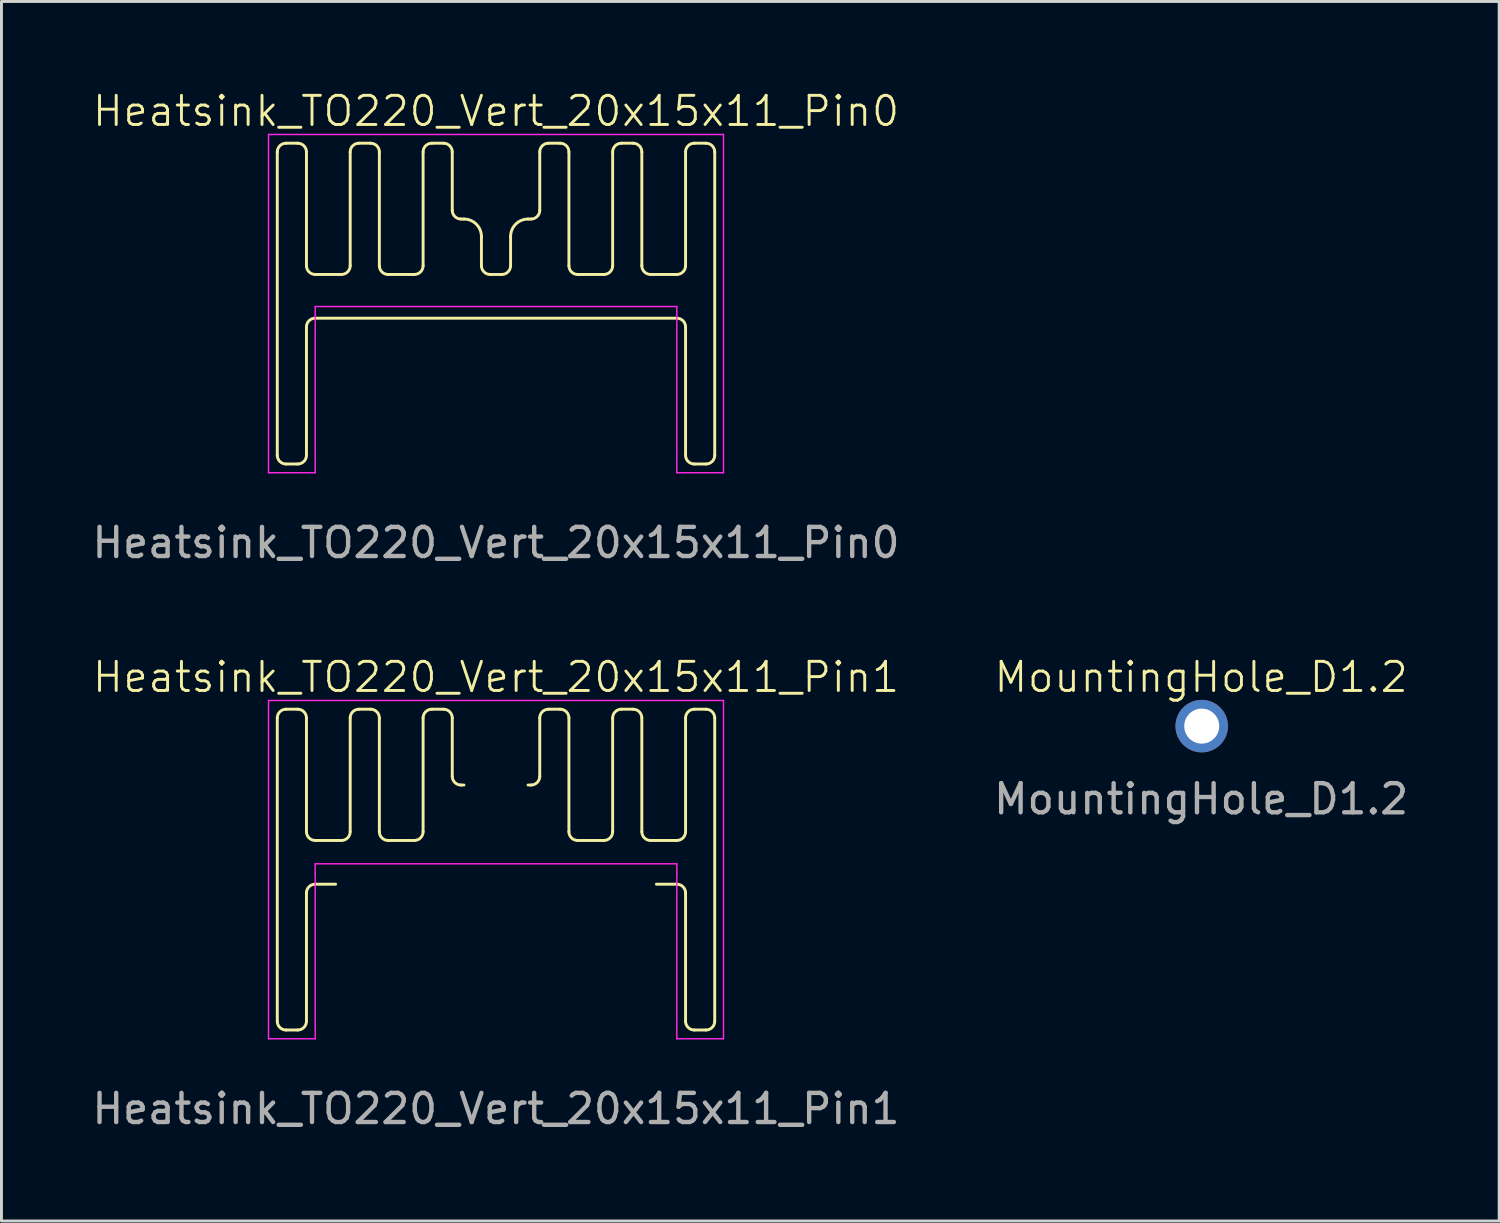
<source format=kicad_pcb>
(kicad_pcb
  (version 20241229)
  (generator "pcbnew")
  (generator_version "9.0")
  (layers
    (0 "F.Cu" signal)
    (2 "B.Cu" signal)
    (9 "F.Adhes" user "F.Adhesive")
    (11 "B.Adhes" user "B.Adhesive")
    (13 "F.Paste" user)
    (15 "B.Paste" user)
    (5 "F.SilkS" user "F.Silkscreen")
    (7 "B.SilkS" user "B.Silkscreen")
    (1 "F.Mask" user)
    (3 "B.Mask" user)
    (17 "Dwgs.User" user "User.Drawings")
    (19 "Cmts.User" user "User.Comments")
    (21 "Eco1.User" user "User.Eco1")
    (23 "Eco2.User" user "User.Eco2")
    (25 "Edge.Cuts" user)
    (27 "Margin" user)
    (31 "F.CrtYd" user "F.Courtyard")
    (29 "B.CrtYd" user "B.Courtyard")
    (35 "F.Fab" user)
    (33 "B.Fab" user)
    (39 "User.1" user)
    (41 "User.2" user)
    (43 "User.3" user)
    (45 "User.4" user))
  (footprint "Heatsink_TO220_Vert_20x15x11_Pin1"
    (layer "F.Cu")
    (at 13.958 26.769)
    (property "Reference" "Heatsink_TO220_Vert_20x15x11_Pin1" (at 0 -6.6 0) (unlocked yes) (layer "F.SilkS") (effects (font (size 1 1) (thickness 0.1))))
    (attr through_hole)
    (fp_line (start -7.5 5.2) (end -7.5 -5.2) (stroke (width 0.1) (type default)) (layer "F.SilkS"))
    (fp_line (start -7.2 -5.5) (end -6.8 -5.5) (stroke (width 0.1) (type default)) (layer "F.SilkS"))
    (fp_line (start -6.8 5.5) (end -7.2 5.5) (stroke (width 0.1) (type default)) (layer "F.SilkS"))
    (fp_line (start -6.5 -5.2) (end -6.5 -1.3) (stroke (width 0.1) (type default)) (layer "F.SilkS"))
    (fp_line (start -6.5 0.8) (end -6.5 5.2) (stroke (width 0.1) (type default)) (layer "F.SilkS"))
    (fp_line (start -6.2 -1) (end -5.3 -1) (stroke (width 0.1) (type default)) (layer "F.SilkS"))
    (fp_line (start -6.2 0.5) (end -5.5 0.5) (stroke (width 0.1) (type default)) (layer "F.SilkS"))
    (fp_line (start -5 -1.3) (end -5 -5.2) (stroke (width 0.1) (type default)) (layer "F.SilkS"))
    (fp_line (start -4.7 -5.5) (end -4.3 -5.5) (stroke (width 0.1) (type default)) (layer "F.SilkS"))
    (fp_line (start -4 -5.2) (end -4 -1.3) (stroke (width 0.1) (type default)) (layer "F.SilkS"))
    (fp_line (start -3.7 -1) (end -2.8 -1) (stroke (width 0.1) (type default)) (layer "F.SilkS"))
    (fp_line (start -2.5 -1.3) (end -2.5 -5.2) (stroke (width 0.1) (type default)) (layer "F.SilkS"))
    (fp_line (start -2.2 -5.5) (end -1.8 -5.5) (stroke (width 0.1) (type default)) (layer "F.SilkS"))
    (fp_line (start -1.5 -5.2) (end -1.5 -3.2) (stroke (width 0.1) (type default)) (layer "F.SilkS"))
    (fp_line (start -1.2 -2.9) (end -1.1 -2.9) (stroke (width 0.1) (type default)) (layer "F.SilkS"))
    (fp_line (start 1.2 -2.9) (end 1.1 -2.9) (stroke (width 0.1) (type default)) (layer "F.SilkS"))
    (fp_line (start 1.5 -3.2) (end 1.5 -5.2) (stroke (width 0.1) (type default)) (layer "F.SilkS"))
    (fp_line (start 1.8 -5.5) (end 2.2 -5.5) (stroke (width 0.1) (type default)) (layer "F.SilkS"))
    (fp_line (start 2.5 -5.2) (end 2.5 -1.3) (stroke (width 0.1) (type default)) (layer "F.SilkS"))
    (fp_line (start 2.8 -1) (end 3.7 -1) (stroke (width 0.1) (type default)) (layer "F.SilkS"))
    (fp_line (start 4 -1.3) (end 4 -5.2) (stroke (width 0.1) (type default)) (layer "F.SilkS"))
    (fp_line (start 4.3 -5.5) (end 4.7 -5.5) (stroke (width 0.1) (type default)) (layer "F.SilkS"))
    (fp_line (start 5 -5.2) (end 5 -1.3) (stroke (width 0.1) (type default)) (layer "F.SilkS"))
    (fp_line (start 5.3 -1) (end 6.2 -1) (stroke (width 0.1) (type default)) (layer "F.SilkS"))
    (fp_line (start 6.2 0.5) (end 5.5 0.5) (stroke (width 0.1) (type default)) (layer "F.SilkS"))
    (fp_line (start 6.5 -1.3) (end 6.5 -5.2) (stroke (width 0.1) (type default)) (layer "F.SilkS"))
    (fp_line (start 6.5 5.2) (end 6.5 0.8) (stroke (width 0.1) (type default)) (layer "F.SilkS"))
    (fp_line (start 6.8 -5.5) (end 7.2 -5.5) (stroke (width 0.1) (type default)) (layer "F.SilkS"))
    (fp_line (start 7.2 5.5) (end 6.8 5.5) (stroke (width 0.1) (type default)) (layer "F.SilkS"))
    (fp_line (start 7.5 -5.2) (end 7.5 5.2) (stroke (width 0.1) (type default)) (layer "F.SilkS"))
    (fp_arc (start -7.5 -5.2) (mid -7.412132 -5.412132) (end -7.2 -5.5) (stroke (width 0.1) (type default)) (layer "F.SilkS"))
    (fp_arc (start -7.2 5.5) (mid -7.412132 5.412132) (end -7.5 5.2) (stroke (width 0.1) (type default)) (layer "F.SilkS"))
    (fp_arc (start -6.8 -5.5) (mid -6.587868 -5.412132) (end -6.5 -5.2) (stroke (width 0.1) (type default)) (layer "F.SilkS"))
    (fp_arc (start -6.5 0.8) (mid -6.412132 0.587868) (end -6.2 0.5) (stroke (width 0.1) (type default)) (layer "F.SilkS"))
    (fp_arc (start -6.5 5.2) (mid -6.587868 5.412132) (end -6.8 5.5) (stroke (width 0.1) (type default)) (layer "F.SilkS"))
    (fp_arc (start -6.2 -1) (mid -6.412132 -1.087868) (end -6.5 -1.3) (stroke (width 0.1) (type default)) (layer "F.SilkS"))
    (fp_arc (start -5 -5.2) (mid -4.912132 -5.412132) (end -4.7 -5.5) (stroke (width 0.1) (type default)) (layer "F.SilkS"))
    (fp_arc (start -5 -1.3) (mid -5.087868 -1.087868) (end -5.3 -1) (stroke (width 0.1) (type default)) (layer "F.SilkS"))
    (fp_arc (start -4.3 -5.5) (mid -4.087868 -5.412132) (end -4 -5.2) (stroke (width 0.1) (type default)) (layer "F.SilkS"))
    (fp_arc (start -3.7 -1) (mid -3.912132 -1.087868) (end -4 -1.3) (stroke (width 0.1) (type default)) (layer "F.SilkS"))
    (fp_arc (start -2.5 -5.2) (mid -2.412132 -5.412132) (end -2.2 -5.5) (stroke (width 0.1) (type default)) (layer "F.SilkS"))
    (fp_arc (start -2.5 -1.3) (mid -2.587868 -1.087868) (end -2.8 -1) (stroke (width 0.1) (type default)) (layer "F.SilkS"))
    (fp_arc (start -1.8 -5.5) (mid -1.587868 -5.412132) (end -1.5 -5.2) (stroke (width 0.1) (type default)) (layer "F.SilkS"))
    (fp_arc (start -1.2 -2.9) (mid -1.412132 -2.987868) (end -1.5 -3.2) (stroke (width 0.1) (type default)) (layer "F.SilkS"))
    (fp_arc (start 1.5 -5.2) (mid 1.587868 -5.412132) (end 1.8 -5.5) (stroke (width 0.1) (type default)) (layer "F.SilkS"))
    (fp_arc (start 1.5 -3.2) (mid 1.412132 -2.987868) (end 1.2 -2.9) (stroke (width 0.1) (type default)) (layer "F.SilkS"))
    (fp_arc (start 2.2 -5.5) (mid 2.412132 -5.412132) (end 2.5 -5.2) (stroke (width 0.1) (type default)) (layer "F.SilkS"))
    (fp_arc (start 2.8 -1) (mid 2.587868 -1.087868) (end 2.5 -1.3) (stroke (width 0.1) (type default)) (layer "F.SilkS"))
    (fp_arc (start 4 -5.2) (mid 4.087868 -5.412132) (end 4.3 -5.5) (stroke (width 0.1) (type default)) (layer "F.SilkS"))
    (fp_arc (start 4 -1.3) (mid 3.912132 -1.087868) (end 3.7 -1) (stroke (width 0.1) (type default)) (layer "F.SilkS"))
    (fp_arc (start 4.7 -5.5) (mid 4.912132 -5.412132) (end 5 -5.2) (stroke (width 0.1) (type default)) (layer "F.SilkS"))
    (fp_arc (start 5.3 -1) (mid 5.087868 -1.087868) (end 5 -1.3) (stroke (width 0.1) (type default)) (layer "F.SilkS"))
    (fp_arc (start 6.2 0.5) (mid 6.412132 0.587868) (end 6.5 0.8) (stroke (width 0.1) (type default)) (layer "F.SilkS"))
    (fp_arc (start 6.5 -5.2) (mid 6.587868 -5.412132) (end 6.8 -5.5) (stroke (width 0.1) (type default)) (layer "F.SilkS"))
    (fp_arc (start 6.5 -1.3) (mid 6.412132 -1.087868) (end 6.2 -1) (stroke (width 0.1) (type default)) (layer "F.SilkS"))
    (fp_arc (start 6.8 5.5) (mid 6.587868 5.412132) (end 6.5 5.2) (stroke (width 0.1) (type default)) (layer "F.SilkS"))
    (fp_arc (start 7.2 -5.5) (mid 7.412132 -5.412132) (end 7.5 -5.2) (stroke (width 0.1) (type default)) (layer "F.SilkS"))
    (fp_arc (start 7.5 5.2) (mid 7.412132 5.412132) (end 7.2 5.5) (stroke (width 0.1) (type default)) (layer "F.SilkS"))
    (fp_line (start -7.8 -5.8) (end 7.8 -5.8) (stroke (width 0.05) (type default)) (layer "F.CrtYd"))
    (fp_line (start -7.8 5.8) (end -7.8 -5.8) (stroke (width 0.05) (type default)) (layer "F.CrtYd"))
    (fp_line (start -6.2 0.1) (end -6.2 -0.2) (stroke (width 0.05) (type default)) (layer "F.CrtYd"))
    (fp_line (start -6.2 5.8) (end -7.8 5.8) (stroke (width 0.05) (type default)) (layer "F.CrtYd"))
    (fp_line (start -6.2 5.8) (end -6.2 0.1) (stroke (width 0.05) (type default)) (layer "F.CrtYd"))
    (fp_line (start 6.2 -0.2) (end -6.2 -0.2) (stroke (width 0.05) (type default)) (layer "F.CrtYd"))
    (fp_line (start 6.2 0.1) (end 6.2 -0.2) (stroke (width 0.05) (type default)) (layer "F.CrtYd"))
    (fp_line (start 6.2 5.8) (end 6.2 0.1) (stroke (width 0.05) (type default)) (layer "F.CrtYd"))
    (fp_line (start 7.8 -5.8) (end 7.8 5.8) (stroke (width 0.05) (type default)) (layer "F.CrtYd"))
    (fp_line (start 7.8 5.8) (end 6.2 5.8) (stroke (width 0.05) (type default)) (layer "F.CrtYd"))
    (fp_text user "${REFERENCE}" (at 0 8.2 0) (unlocked yes) (layer "F.Fab") (effects (font (size 1 1) (thickness 0.15)))))
  (footprint "Heatsink_TO220_Vert_20x15x11_Pin0"
    (layer "F.Cu")
    (at 13.958 7.361)
    (property "Reference" "Heatsink_TO220_Vert_20x15x11_Pin0" (at 0 -6.6 0) (unlocked yes) (layer "F.SilkS") (effects (font (size 1 1) (thickness 0.1))))
    (attr through_hole)
    (fp_line (start -7.5 5.2) (end -7.5 -5.2) (stroke (width 0.1) (type default)) (layer "F.SilkS"))
    (fp_line (start -7.2 -5.5) (end -6.8 -5.5) (stroke (width 0.1) (type default)) (layer "F.SilkS"))
    (fp_line (start -6.8 5.5) (end -7.2 5.5) (stroke (width 0.1) (type default)) (layer "F.SilkS"))
    (fp_line (start -6.5 -5.2) (end -6.5 -1.3) (stroke (width 0.1) (type default)) (layer "F.SilkS"))
    (fp_line (start -6.5 0.8) (end -6.5 5.2) (stroke (width 0.1) (type default)) (layer "F.SilkS"))
    (fp_line (start -6.2 -1) (end -5.3 -1) (stroke (width 0.1) (type default)) (layer "F.SilkS"))
    (fp_line (start -5 -1.3) (end -5 -5.2) (stroke (width 0.1) (type default)) (layer "F.SilkS"))
    (fp_line (start -4.7 -5.5) (end -4.3 -5.5) (stroke (width 0.1) (type default)) (layer "F.SilkS"))
    (fp_line (start -4 -5.2) (end -4 -1.3) (stroke (width 0.1) (type default)) (layer "F.SilkS"))
    (fp_line (start -3.7 -1) (end -2.8 -1) (stroke (width 0.1) (type default)) (layer "F.SilkS"))
    (fp_line (start -2.5 -1.3) (end -2.5 -5.2) (stroke (width 0.1) (type default)) (layer "F.SilkS"))
    (fp_line (start -2.2 -5.5) (end -1.8 -5.5) (stroke (width 0.1) (type default)) (layer "F.SilkS"))
    (fp_line (start -1.5 -5.2) (end -1.5 -3.2) (stroke (width 0.1) (type default)) (layer "F.SilkS"))
    (fp_line (start -1.2 -2.9) (end -1.1 -2.9) (stroke (width 0.1) (type default)) (layer "F.SilkS"))
    (fp_line (start -0.5 -2.3) (end -0.5 -1.3) (stroke (width 0.1) (type default)) (layer "F.SilkS"))
    (fp_line (start -0.2 -1) (end 0.2 -1) (stroke (width 0.1) (type default)) (layer "F.SilkS"))
    (fp_line (start 0.5 -1.3) (end 0.5 -2.3) (stroke (width 0.1) (type default)) (layer "F.SilkS"))
    (fp_line (start 1.2 -2.9) (end 1.1 -2.9) (stroke (width 0.1) (type default)) (layer "F.SilkS"))
    (fp_line (start 1.5 -3.2) (end 1.5 -5.2) (stroke (width 0.1) (type default)) (layer "F.SilkS"))
    (fp_line (start 1.8 -5.5) (end 2.2 -5.5) (stroke (width 0.1) (type default)) (layer "F.SilkS"))
    (fp_line (start 2.5 -5.2) (end 2.5 -1.3) (stroke (width 0.1) (type default)) (layer "F.SilkS"))
    (fp_line (start 2.8 -1) (end 3.7 -1) (stroke (width 0.1) (type default)) (layer "F.SilkS"))
    (fp_line (start 4 -1.3) (end 4 -5.2) (stroke (width 0.1) (type default)) (layer "F.SilkS"))
    (fp_line (start 4.3 -5.5) (end 4.7 -5.5) (stroke (width 0.1) (type default)) (layer "F.SilkS"))
    (fp_line (start 5 -5.2) (end 5 -1.3) (stroke (width 0.1) (type default)) (layer "F.SilkS"))
    (fp_line (start 5.3 -1) (end 6.2 -1) (stroke (width 0.1) (type default)) (layer "F.SilkS"))
    (fp_line (start 6.2 0.5) (end -6.2 0.5) (stroke (width 0.1) (type default)) (layer "F.SilkS"))
    (fp_line (start 6.5 -1.3) (end 6.5 -5.2) (stroke (width 0.1) (type default)) (layer "F.SilkS"))
    (fp_line (start 6.5 5.2) (end 6.5 0.8) (stroke (width 0.1) (type default)) (layer "F.SilkS"))
    (fp_line (start 6.8 -5.5) (end 7.2 -5.5) (stroke (width 0.1) (type default)) (layer "F.SilkS"))
    (fp_line (start 7.2 5.5) (end 6.8 5.5) (stroke (width 0.1) (type default)) (layer "F.SilkS"))
    (fp_line (start 7.5 -5.2) (end 7.5 5.2) (stroke (width 0.1) (type default)) (layer "F.SilkS"))
    (fp_arc (start -7.5 -5.2) (mid -7.412132 -5.412132) (end -7.2 -5.5) (stroke (width 0.1) (type default)) (layer "F.SilkS"))
    (fp_arc (start -7.2 5.5) (mid -7.412132 5.412132) (end -7.5 5.2) (stroke (width 0.1) (type default)) (layer "F.SilkS"))
    (fp_arc (start -6.8 -5.5) (mid -6.587868 -5.412132) (end -6.5 -5.2) (stroke (width 0.1) (type default)) (layer "F.SilkS"))
    (fp_arc (start -6.5 0.8) (mid -6.412132 0.587868) (end -6.2 0.5) (stroke (width 0.1) (type default)) (layer "F.SilkS"))
    (fp_arc (start -6.5 5.2) (mid -6.587868 5.412132) (end -6.8 5.5) (stroke (width 0.1) (type default)) (layer "F.SilkS"))
    (fp_arc (start -6.2 -1) (mid -6.412132 -1.087868) (end -6.5 -1.3) (stroke (width 0.1) (type default)) (layer "F.SilkS"))
    (fp_arc (start -5 -5.2) (mid -4.912132 -5.412132) (end -4.7 -5.5) (stroke (width 0.1) (type default)) (layer "F.SilkS"))
    (fp_arc (start -5 -1.3) (mid -5.087868 -1.087868) (end -5.3 -1) (stroke (width 0.1) (type default)) (layer "F.SilkS"))
    (fp_arc (start -4.3 -5.5) (mid -4.087868 -5.412132) (end -4 -5.2) (stroke (width 0.1) (type default)) (layer "F.SilkS"))
    (fp_arc (start -3.7 -1) (mid -3.912132 -1.087868) (end -4 -1.3) (stroke (width 0.1) (type default)) (layer "F.SilkS"))
    (fp_arc (start -2.5 -5.2) (mid -2.412132 -5.412132) (end -2.2 -5.5) (stroke (width 0.1) (type default)) (layer "F.SilkS"))
    (fp_arc (start -2.5 -1.3) (mid -2.587868 -1.087868) (end -2.8 -1) (stroke (width 0.1) (type default)) (layer "F.SilkS"))
    (fp_arc (start -1.8 -5.5) (mid -1.587868 -5.412132) (end -1.5 -5.2) (stroke (width 0.1) (type default)) (layer "F.SilkS"))
    (fp_arc (start -1.2 -2.9) (mid -1.412132 -2.987868) (end -1.5 -3.2) (stroke (width 0.1) (type default)) (layer "F.SilkS"))
    (fp_arc (start -1.1 -2.9) (mid -0.675736 -2.724264) (end -0.5 -2.3) (stroke (width 0.1) (type default)) (layer "F.SilkS"))
    (fp_arc (start -0.2 -1) (mid -0.412132 -1.087868) (end -0.5 -1.3) (stroke (width 0.1) (type default)) (layer "F.SilkS"))
    (fp_arc (start 0.5 -2.3) (mid 0.675736 -2.724264) (end 1.1 -2.9) (stroke (width 0.1) (type default)) (layer "F.SilkS"))
    (fp_arc (start 0.5 -1.3) (mid 0.412132 -1.087868) (end 0.2 -1) (stroke (width 0.1) (type default)) (layer "F.SilkS"))
    (fp_arc (start 1.5 -5.2) (mid 1.587868 -5.412132) (end 1.8 -5.5) (stroke (width 0.1) (type default)) (layer "F.SilkS"))
    (fp_arc (start 1.5 -3.2) (mid 1.412132 -2.987868) (end 1.2 -2.9) (stroke (width 0.1) (type default)) (layer "F.SilkS"))
    (fp_arc (start 2.2 -5.5) (mid 2.412132 -5.412132) (end 2.5 -5.2) (stroke (width 0.1) (type default)) (layer "F.SilkS"))
    (fp_arc (start 2.8 -1) (mid 2.587868 -1.087868) (end 2.5 -1.3) (stroke (width 0.1) (type default)) (layer "F.SilkS"))
    (fp_arc (start 4 -5.2) (mid 4.087868 -5.412132) (end 4.3 -5.5) (stroke (width 0.1) (type default)) (layer "F.SilkS"))
    (fp_arc (start 4 -1.3) (mid 3.912132 -1.087868) (end 3.7 -1) (stroke (width 0.1) (type default)) (layer "F.SilkS"))
    (fp_arc (start 4.7 -5.5) (mid 4.912132 -5.412132) (end 5 -5.2) (stroke (width 0.1) (type default)) (layer "F.SilkS"))
    (fp_arc (start 5.3 -1) (mid 5.087868 -1.087868) (end 5 -1.3) (stroke (width 0.1) (type default)) (layer "F.SilkS"))
    (fp_arc (start 6.2 0.5) (mid 6.412132 0.587868) (end 6.5 0.8) (stroke (width 0.1) (type default)) (layer "F.SilkS"))
    (fp_arc (start 6.5 -5.2) (mid 6.587868 -5.412132) (end 6.8 -5.5) (stroke (width 0.1) (type default)) (layer "F.SilkS"))
    (fp_arc (start 6.5 -1.3) (mid 6.412132 -1.087868) (end 6.2 -1) (stroke (width 0.1) (type default)) (layer "F.SilkS"))
    (fp_arc (start 6.8 5.5) (mid 6.587868 5.412132) (end 6.5 5.2) (stroke (width 0.1) (type default)) (layer "F.SilkS"))
    (fp_arc (start 7.2 -5.5) (mid 7.412132 -5.412132) (end 7.5 -5.2) (stroke (width 0.1) (type default)) (layer "F.SilkS"))
    (fp_arc (start 7.5 5.2) (mid 7.412132 5.412132) (end 7.2 5.5) (stroke (width 0.1) (type default)) (layer "F.SilkS"))
    (fp_line (start -7.8 -5.8) (end 7.8 -5.8) (stroke (width 0.05) (type default)) (layer "F.CrtYd"))
    (fp_line (start -7.8 5.8) (end -7.8 -5.8) (stroke (width 0.05) (type default)) (layer "F.CrtYd"))
    (fp_line (start -6.2 5.8) (end -7.8 5.8) (stroke (width 0.05) (type default)) (layer "F.CrtYd"))
    (fp_line (start -6.2 5.8) (end -6.2 0.1) (stroke (width 0.05) (type default)) (layer "F.CrtYd"))
    (fp_line (start 6.2 0.1) (end -6.2 0.1) (stroke (width 0.05) (type default)) (layer "F.CrtYd"))
    (fp_line (start 6.2 5.8) (end 6.2 0.1) (stroke (width 0.05) (type default)) (layer "F.CrtYd"))
    (fp_line (start 7.8 -5.8) (end 7.8 5.8) (stroke (width 0.05) (type default)) (layer "F.CrtYd"))
    (fp_line (start 7.8 5.8) (end 6.2 5.8) (stroke (width 0.05) (type default)) (layer "F.CrtYd"))
    (fp_text user "${REFERENCE}" (at 0 8.2 0) (unlocked yes) (layer "F.Fab") (effects (font (size 1 1) (thickness 0.15)))))
  (footprint "MountingHole_D1.2"
    (layer "F.Cu")
    (at 38.137 21.849)
    (property "Reference" "MountingHole_D1.2" (at 0 -1.68 0) (unlocked yes) (layer "F.SilkS") (effects (font (size 1 1) (thickness 0.1))))
    (attr through_hole)
    (fp_text user "${REFERENCE}" (at 0 2.5 0) (unlocked yes) (layer "F.Fab") (effects (font (size 1 1) (thickness 0.15))))
    (pad "1" thru_hole circle (at 0.02 0) (size 1.8 1.8) (drill 1.2) (layers "*.Cu" "*.Mask")))
  (gr_rect
    (start -3 -3)
    (end 48.357 38.818)
    (stroke (width 0.1) (type default))
    (fill no)
    (layer "Edge.Cuts")))
</source>
